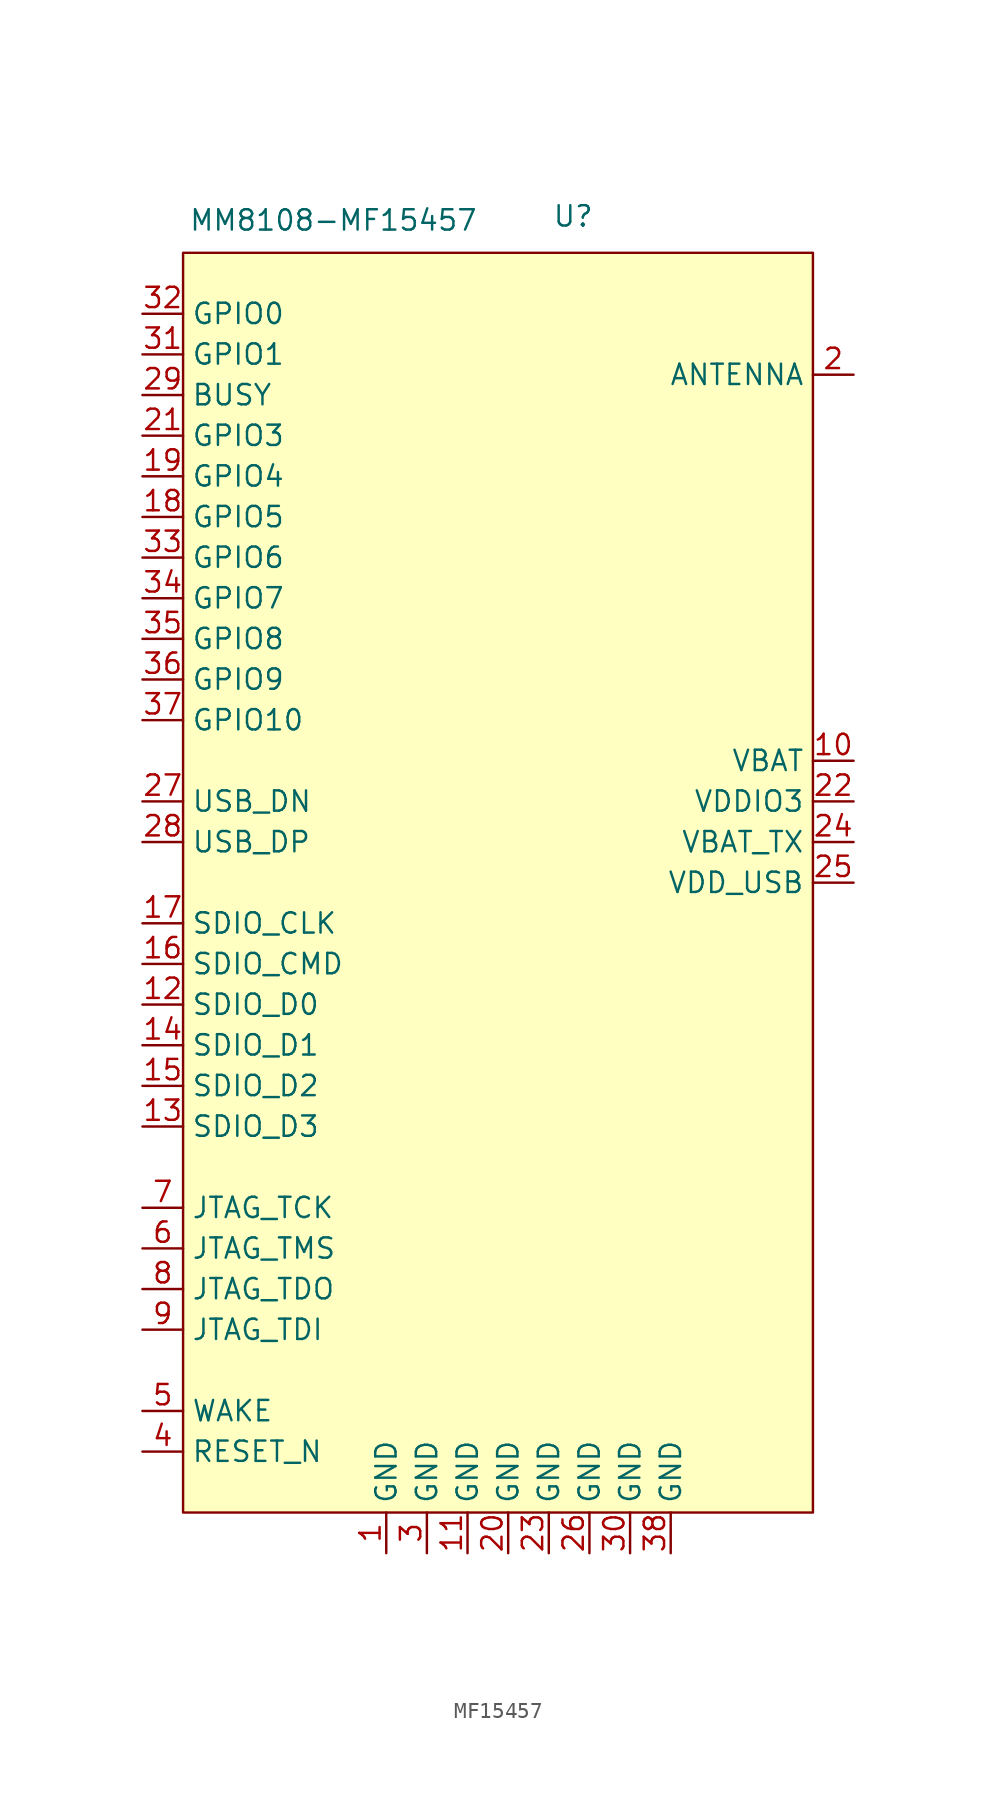
<source format=kicad_sym>
(kicad_symbol_lib
  (version 20241209)
  (generator "kicad_symbol_editor")
  (generator_version "9.0")
  (symbol "MF15457"
    (property "Reference" "U"
      (at 26.924 2.286 0)
      (effects (font (size 1.27 1.27))))
    (property "Value" "MM8108-MF15457"
      (at 11.938 2.032 0)
      (effects (font (size 1.27 1.27))))
    (symbol "MF15457_1_1"
      (rectangle (start 2.54 0) (end 41.91 -78.74) (stroke (width 0) (type solid)) (fill (type background)))
      (pin input line (at 0 -3.81 0) (length 2.54) (name "GPIO0" (effects (font (size 1.27 1.27)))) (number "32" (effects (font (size 1.27 1.27)))))
      (pin input line (at 0 -6.35 0) (length 2.54) (name "GPIO1" (effects (font (size 1.27 1.27)))) (number "31" (effects (font (size 1.27 1.27)))))
      (pin input line (at 0 -8.89 0) (length 2.54) (name "BUSY" (effects (font (size 1.27 1.27)))) (number "29" (effects (font (size 1.27 1.27)))))
      (pin input line (at 0 -11.43 0) (length 2.54) (name "GPIO3" (effects (font (size 1.27 1.27)))) (number "21" (effects (font (size 1.27 1.27)))))
      (pin input line (at 0 -13.97 0) (length 2.54) (name "GPIO4" (effects (font (size 1.27 1.27)))) (number "19" (effects (font (size 1.27 1.27)))))
      (pin input line (at 0 -16.51 0) (length 2.54) (name "GPIO5" (effects (font (size 1.27 1.27)))) (number "18" (effects (font (size 1.27 1.27)))))
      (pin input line (at 0 -19.05 0) (length 2.54) (name "GPIO6" (effects (font (size 1.27 1.27)))) (number "33" (effects (font (size 1.27 1.27)))))
      (pin input line (at 0 -21.59 0) (length 2.54) (name "GPIO7" (effects (font (size 1.27 1.27)))) (number "34" (effects (font (size 1.27 1.27)))))
      (pin input line (at 0 -24.13 0) (length 2.54) (name "GPIO8" (effects (font (size 1.27 1.27)))) (number "35" (effects (font (size 1.27 1.27)))))
      (pin input line (at 0 -26.67 0) (length 2.54) (name "GPIO9" (effects (font (size 1.27 1.27)))) (number "36" (effects (font (size 1.27 1.27)))))
      (pin input line (at 0 -29.21 0) (length 2.54) (name "GPIO10" (effects (font (size 1.27 1.27)))) (number "37" (effects (font (size 1.27 1.27)))))
      (pin input line (at 0 -34.29 0) (length 2.54) (name "USB_DN" (effects (font (size 1.27 1.27)))) (number "27" (effects (font (size 1.27 1.27)))))
      (pin input line (at 0 -36.83 0) (length 2.54) (name "USB_DP" (effects (font (size 1.27 1.27)))) (number "28" (effects (font (size 1.27 1.27)))))
      (pin input line (at 0 -41.91 0) (length 2.54) (name "SDIO_CLK" (effects (font (size 1.27 1.27)))) (number "17" (effects (font (size 1.27 1.27)))))
      (pin input line (at 0 -44.45 0) (length 2.54) (name "SDIO_CMD" (effects (font (size 1.27 1.27)))) (number "16" (effects (font (size 1.27 1.27)))))
      (pin input line (at 0 -46.99 0) (length 2.54) (name "SDIO_D0" (effects (font (size 1.27 1.27)))) (number "12" (effects (font (size 1.27 1.27)))))
      (pin input line (at 0 -49.53 0) (length 2.54) (name "SDIO_D1" (effects (font (size 1.27 1.27)))) (number "14" (effects (font (size 1.27 1.27)))))
      (pin input line (at 0 -52.07 0) (length 2.54) (name "SDIO_D2" (effects (font (size 1.27 1.27)))) (number "15" (effects (font (size 1.27 1.27)))))
      (pin input line (at 0 -54.61 0) (length 2.54) (name "SDIO_D3" (effects (font (size 1.27 1.27)))) (number "13" (effects (font (size 1.27 1.27)))))
      (pin input line (at 0 -59.69 0) (length 2.54) (name "JTAG_TCK" (effects (font (size 1.27 1.27)))) (number "7" (effects (font (size 1.27 1.27)))))
      (pin input line (at 0 -62.23 0) (length 2.54) (name "JTAG_TMS" (effects (font (size 1.27 1.27)))) (number "6" (effects (font (size 1.27 1.27)))))
      (pin input line (at 0 -64.77 0) (length 2.54) (name "JTAG_TDO" (effects (font (size 1.27 1.27)))) (number "8" (effects (font (size 1.27 1.27)))))
      (pin input line (at 0 -67.31 0) (length 2.54) (name "JTAG_TDI" (effects (font (size 1.27 1.27)))) (number "9" (effects (font (size 1.27 1.27)))))
      (pin input line (at 0 -72.39 0) (length 2.54) (name "WAKE" (effects (font (size 1.27 1.27)))) (number "5" (effects (font (size 1.27 1.27)))))
      (pin input line (at 0 -74.93 0) (length 2.54) (name "RESET_N" (effects (font (size 1.27 1.27)))) (number "4" (effects (font (size 1.27 1.27)))))
      (pin input line (at 15.24 -81.28 90) (length 2.54) (name "GND" (effects (font (size 1.27 1.27)))) (number "1" (effects (font (size 1.27 1.27)))))
      (pin input line (at 17.78 -81.28 90) (length 2.54) (name "GND" (effects (font (size 1.27 1.27)))) (number "3" (effects (font (size 1.27 1.27)))))
      (pin input line (at 20.32 -81.28 90) (length 2.54) (name "GND" (effects (font (size 1.27 1.27)))) (number "11" (effects (font (size 1.27 1.27)))))
      (pin input line (at 22.86 -81.28 90) (length 2.54) (name "GND" (effects (font (size 1.27 1.27)))) (number "20" (effects (font (size 1.27 1.27)))))
      (pin input line (at 25.4 -81.28 90) (length 2.54) (name "GND" (effects (font (size 1.27 1.27)))) (number "23" (effects (font (size 1.27 1.27)))))
      (pin input line (at 27.94 -81.28 90) (length 2.54) (name "GND" (effects (font (size 1.27 1.27)))) (number "26" (effects (font (size 1.27 1.27)))))
      (pin input line (at 30.48 -81.28 90) (length 2.54) (name "GND" (effects (font (size 1.27 1.27)))) (number "30" (effects (font (size 1.27 1.27)))))
      (pin input line (at 33.02 -81.28 90) (length 2.54) (name "GND" (effects (font (size 1.27 1.27)))) (number "38" (effects (font (size 1.27 1.27)))))
      (pin input line (at 44.45 -7.62 180) (length 2.54) (name "ANTENNA" (effects (font (size 1.27 1.27)))) (number "2" (effects (font (size 1.27 1.27)))))
      (pin input line (at 44.45 -31.75 180) (length 2.54) (name "VBAT" (effects (font (size 1.27 1.27)))) (number "10" (effects (font (size 1.27 1.27)))))
      (pin input line (at 44.45 -34.29 180) (length 2.54) (name "VDDIO3" (effects (font (size 1.27 1.27)))) (number "22" (effects (font (size 1.27 1.27)))))
      (pin input line (at 44.45 -36.83 180) (length 2.54) (name "VBAT_TX" (effects (font (size 1.27 1.27)))) (number "24" (effects (font (size 1.27 1.27)))))
      (pin input line (at 44.45 -39.37 180) (length 2.54) (name "VDD_USB" (effects (font (size 1.27 1.27)))) (number "25" (effects (font (size 1.27 1.27))))))))
</source>
